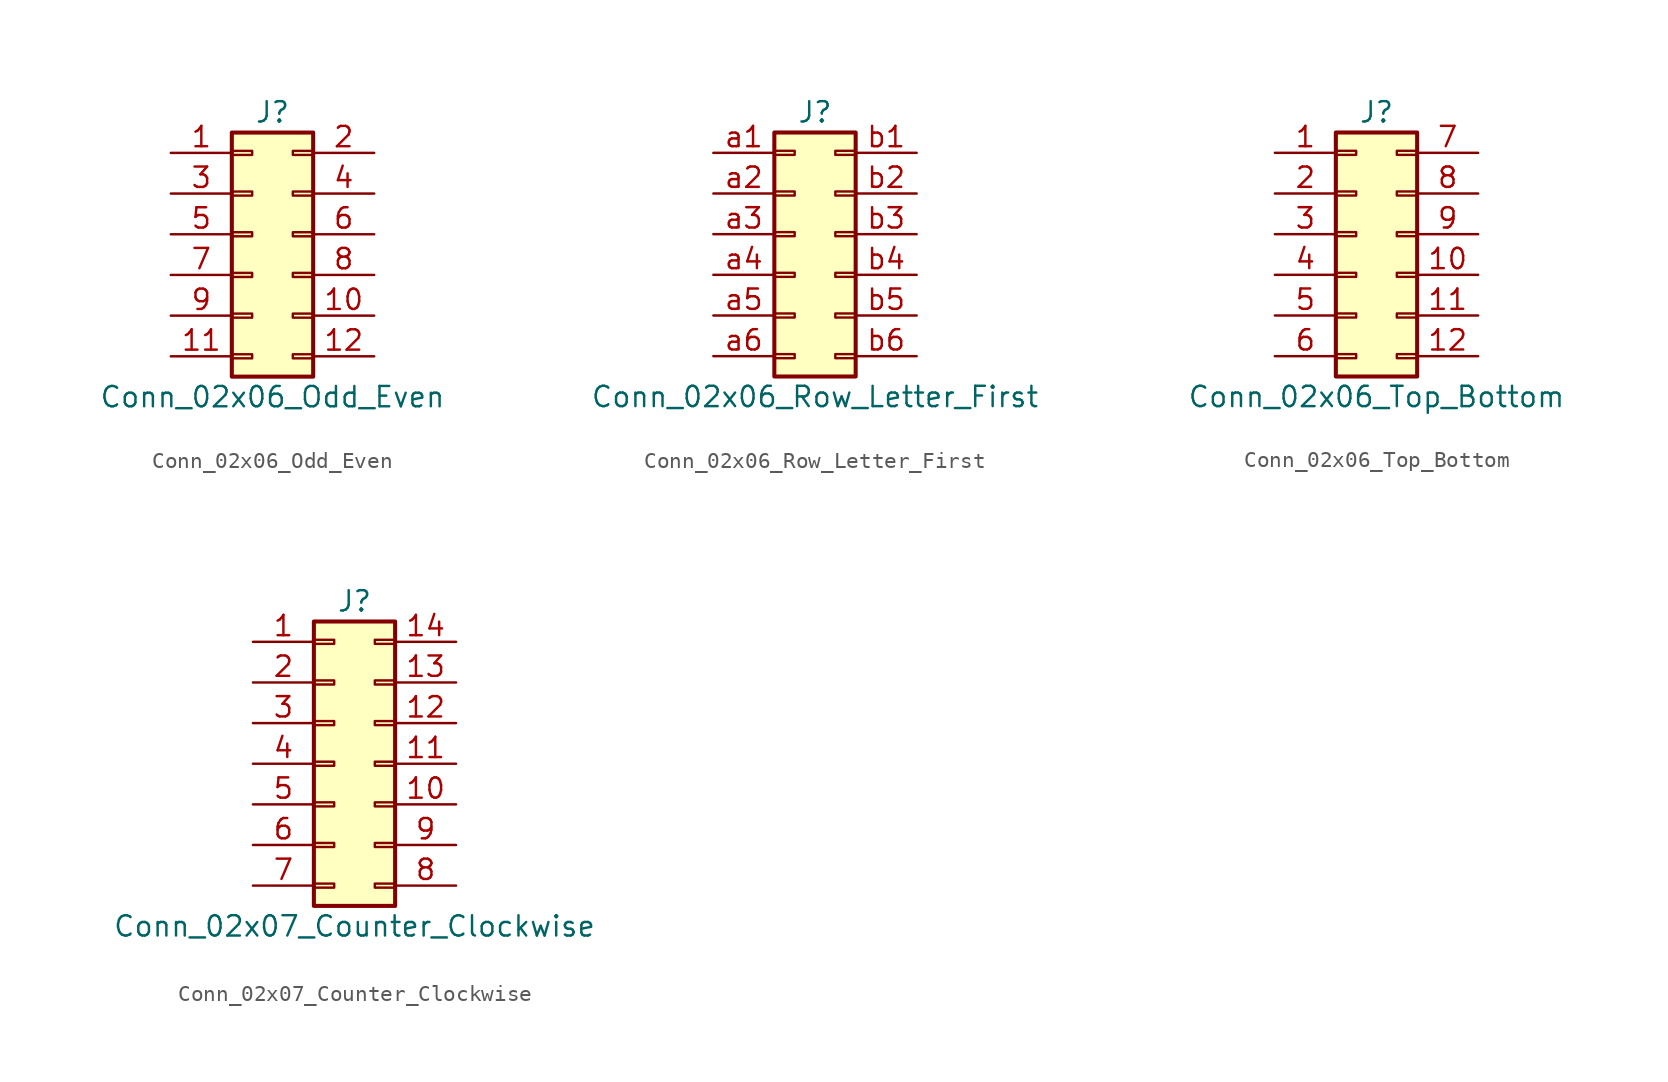
<source format=kicad_sym>
(kicad_symbol_lib
  (version 20201005)
  (generator kicad_symbol_editor)
  (symbol "Conn_02x06_Odd_Even"
    (pin_names
      (offset 1.016) hide)
    (property "Reference" "J"
      (at 1.27 7.62 0)
      (effects (font (size 1.27 1.27))))
    (property "Value" "Conn_02x06_Odd_Even"
      (at 1.27 -10.16 0)
      (effects (font (size 1.27 1.27))))
    (symbol "Conn_02x06_Odd_Even_1_1"
      (rectangle (start -1.27 -7.493) (end 0 -7.747) (stroke (width 0.152)) (fill (type none)))
      (rectangle (start -1.27 -4.953) (end 0 -5.207) (stroke (width 0.152)) (fill (type none)))
      (rectangle (start -1.27 -2.413) (end 0 -2.667) (stroke (width 0.152)) (fill (type none)))
      (rectangle (start -1.27 0.127) (end 0 -0.127) (stroke (width 0.152)) (fill (type none)))
      (rectangle (start -1.27 2.667) (end 0 2.413) (stroke (width 0.152)) (fill (type none)))
      (rectangle (start -1.27 5.207) (end 0 4.953) (stroke (width 0.152)) (fill (type none)))
      (rectangle (start -1.27 6.35) (end 3.81 -8.89) (stroke (width 0.254)) (fill (type background)))
      (rectangle (start 3.81 -7.493) (end 2.54 -7.747) (stroke (width 0.152)) (fill (type none)))
      (rectangle (start 3.81 -4.953) (end 2.54 -5.207) (stroke (width 0.152)) (fill (type none)))
      (rectangle (start 3.81 -2.413) (end 2.54 -2.667) (stroke (width 0.152)) (fill (type none)))
      (rectangle (start 3.81 0.127) (end 2.54 -0.127) (stroke (width 0.152)) (fill (type none)))
      (rectangle (start 3.81 2.667) (end 2.54 2.413) (stroke (width 0.152)) (fill (type none)))
      (rectangle (start 3.81 5.207) (end 2.54 4.953) (stroke (width 0.152)) (fill (type none)))
      (pin passive line (at -5.08 5.08 0) (length 3.81) (name "Pin_1" (effects (font (size 1.27 1.27)))) (number "1" (effects (font (size 1.27 1.27)))))
      (pin passive line (at 7.62 -5.08 180) (length 3.81) (name "Pin_10" (effects (font (size 1.27 1.27)))) (number "10" (effects (font (size 1.27 1.27)))))
      (pin passive line (at -5.08 -7.62 0) (length 3.81) (name "Pin_11" (effects (font (size 1.27 1.27)))) (number "11" (effects (font (size 1.27 1.27)))))
      (pin passive line (at 7.62 -7.62 180) (length 3.81) (name "Pin_12" (effects (font (size 1.27 1.27)))) (number "12" (effects (font (size 1.27 1.27)))))
      (pin passive line (at 7.62 5.08 180) (length 3.81) (name "Pin_2" (effects (font (size 1.27 1.27)))) (number "2" (effects (font (size 1.27 1.27)))))
      (pin passive line (at -5.08 2.54 0) (length 3.81) (name "Pin_3" (effects (font (size 1.27 1.27)))) (number "3" (effects (font (size 1.27 1.27)))))
      (pin passive line (at 7.62 2.54 180) (length 3.81) (name "Pin_4" (effects (font (size 1.27 1.27)))) (number "4" (effects (font (size 1.27 1.27)))))
      (pin passive line (at -5.08 0 0) (length 3.81) (name "Pin_5" (effects (font (size 1.27 1.27)))) (number "5" (effects (font (size 1.27 1.27)))))
      (pin passive line (at 7.62 0 180) (length 3.81) (name "Pin_6" (effects (font (size 1.27 1.27)))) (number "6" (effects (font (size 1.27 1.27)))))
      (pin passive line (at -5.08 -2.54 0) (length 3.81) (name "Pin_7" (effects (font (size 1.27 1.27)))) (number "7" (effects (font (size 1.27 1.27)))))
      (pin passive line (at 7.62 -2.54 180) (length 3.81) (name "Pin_8" (effects (font (size 1.27 1.27)))) (number "8" (effects (font (size 1.27 1.27)))))
      (pin passive line (at -5.08 -5.08 0) (length 3.81) (name "Pin_9" (effects (font (size 1.27 1.27)))) (number "9" (effects (font (size 1.27 1.27)))))))
  (symbol "Conn_02x06_Row_Letter_First"
    (pin_names
      (offset 1.016) hide)
    (property "Reference" "J"
      (at 1.27 7.62 0)
      (effects (font (size 1.27 1.27))))
    (property "Value" "Conn_02x06_Row_Letter_First"
      (at 1.27 -10.16 0)
      (effects (font (size 1.27 1.27))))
    (symbol "Conn_02x06_Row_Letter_First_1_1"
      (rectangle (start -1.27 -7.493) (end 0 -7.747) (stroke (width 0.152)) (fill (type none)))
      (rectangle (start -1.27 -4.953) (end 0 -5.207) (stroke (width 0.152)) (fill (type none)))
      (rectangle (start -1.27 -2.413) (end 0 -2.667) (stroke (width 0.152)) (fill (type none)))
      (rectangle (start -1.27 0.127) (end 0 -0.127) (stroke (width 0.152)) (fill (type none)))
      (rectangle (start -1.27 2.667) (end 0 2.413) (stroke (width 0.152)) (fill (type none)))
      (rectangle (start -1.27 5.207) (end 0 4.953) (stroke (width 0.152)) (fill (type none)))
      (rectangle (start -1.27 6.35) (end 3.81 -8.89) (stroke (width 0.254)) (fill (type background)))
      (rectangle (start 3.81 -7.493) (end 2.54 -7.747) (stroke (width 0.152)) (fill (type none)))
      (rectangle (start 3.81 -4.953) (end 2.54 -5.207) (stroke (width 0.152)) (fill (type none)))
      (rectangle (start 3.81 -2.413) (end 2.54 -2.667) (stroke (width 0.152)) (fill (type none)))
      (rectangle (start 3.81 0.127) (end 2.54 -0.127) (stroke (width 0.152)) (fill (type none)))
      (rectangle (start 3.81 2.667) (end 2.54 2.413) (stroke (width 0.152)) (fill (type none)))
      (rectangle (start 3.81 5.207) (end 2.54 4.953) (stroke (width 0.152)) (fill (type none)))
      (pin passive line (at -5.08 5.08 0) (length 3.81) (name "Pin_a1" (effects (font (size 1.27 1.27)))) (number "a1" (effects (font (size 1.27 1.27)))))
      (pin passive line (at -5.08 2.54 0) (length 3.81) (name "Pin_a2" (effects (font (size 1.27 1.27)))) (number "a2" (effects (font (size 1.27 1.27)))))
      (pin passive line (at -5.08 0 0) (length 3.81) (name "Pin_a3" (effects (font (size 1.27 1.27)))) (number "a3" (effects (font (size 1.27 1.27)))))
      (pin passive line (at -5.08 -2.54 0) (length 3.81) (name "Pin_a4" (effects (font (size 1.27 1.27)))) (number "a4" (effects (font (size 1.27 1.27)))))
      (pin passive line (at -5.08 -5.08 0) (length 3.81) (name "Pin_a5" (effects (font (size 1.27 1.27)))) (number "a5" (effects (font (size 1.27 1.27)))))
      (pin passive line (at -5.08 -7.62 0) (length 3.81) (name "Pin_a6" (effects (font (size 1.27 1.27)))) (number "a6" (effects (font (size 1.27 1.27)))))
      (pin passive line (at 7.62 5.08 180) (length 3.81) (name "Pin_b1" (effects (font (size 1.27 1.27)))) (number "b1" (effects (font (size 1.27 1.27)))))
      (pin passive line (at 7.62 2.54 180) (length 3.81) (name "Pin_b2" (effects (font (size 1.27 1.27)))) (number "b2" (effects (font (size 1.27 1.27)))))
      (pin passive line (at 7.62 0 180) (length 3.81) (name "Pin_b3" (effects (font (size 1.27 1.27)))) (number "b3" (effects (font (size 1.27 1.27)))))
      (pin passive line (at 7.62 -2.54 180) (length 3.81) (name "Pin_b4" (effects (font (size 1.27 1.27)))) (number "b4" (effects (font (size 1.27 1.27)))))
      (pin passive line (at 7.62 -5.08 180) (length 3.81) (name "Pin_b5" (effects (font (size 1.27 1.27)))) (number "b5" (effects (font (size 1.27 1.27)))))
      (pin passive line (at 7.62 -7.62 180) (length 3.81) (name "Pin_b6" (effects (font (size 1.27 1.27)))) (number "b6" (effects (font (size 1.27 1.27)))))))
  (symbol "Conn_02x06_Top_Bottom"
    (pin_names
      (offset 1.016) hide)
    (property "Reference" "J"
      (at 1.27 7.62 0)
      (effects (font (size 1.27 1.27))))
    (property "Value" "Conn_02x06_Top_Bottom"
      (at 1.27 -10.16 0)
      (effects (font (size 1.27 1.27))))
    (symbol "Conn_02x06_Top_Bottom_1_1"
      (rectangle (start -1.27 -7.493) (end 0 -7.747) (stroke (width 0.152)) (fill (type none)))
      (rectangle (start -1.27 -4.953) (end 0 -5.207) (stroke (width 0.152)) (fill (type none)))
      (rectangle (start -1.27 -2.413) (end 0 -2.667) (stroke (width 0.152)) (fill (type none)))
      (rectangle (start -1.27 0.127) (end 0 -0.127) (stroke (width 0.152)) (fill (type none)))
      (rectangle (start -1.27 2.667) (end 0 2.413) (stroke (width 0.152)) (fill (type none)))
      (rectangle (start -1.27 5.207) (end 0 4.953) (stroke (width 0.152)) (fill (type none)))
      (rectangle (start -1.27 6.35) (end 3.81 -8.89) (stroke (width 0.254)) (fill (type background)))
      (rectangle (start 3.81 -7.493) (end 2.54 -7.747) (stroke (width 0.152)) (fill (type none)))
      (rectangle (start 3.81 -4.953) (end 2.54 -5.207) (stroke (width 0.152)) (fill (type none)))
      (rectangle (start 3.81 -2.413) (end 2.54 -2.667) (stroke (width 0.152)) (fill (type none)))
      (rectangle (start 3.81 0.127) (end 2.54 -0.127) (stroke (width 0.152)) (fill (type none)))
      (rectangle (start 3.81 2.667) (end 2.54 2.413) (stroke (width 0.152)) (fill (type none)))
      (rectangle (start 3.81 5.207) (end 2.54 4.953) (stroke (width 0.152)) (fill (type none)))
      (pin passive line (at -5.08 5.08 0) (length 3.81) (name "Pin_1" (effects (font (size 1.27 1.27)))) (number "1" (effects (font (size 1.27 1.27)))))
      (pin passive line (at 7.62 -2.54 180) (length 3.81) (name "Pin_10" (effects (font (size 1.27 1.27)))) (number "10" (effects (font (size 1.27 1.27)))))
      (pin passive line (at 7.62 -5.08 180) (length 3.81) (name "Pin_11" (effects (font (size 1.27 1.27)))) (number "11" (effects (font (size 1.27 1.27)))))
      (pin passive line (at 7.62 -7.62 180) (length 3.81) (name "Pin_12" (effects (font (size 1.27 1.27)))) (number "12" (effects (font (size 1.27 1.27)))))
      (pin passive line (at -5.08 2.54 0) (length 3.81) (name "Pin_2" (effects (font (size 1.27 1.27)))) (number "2" (effects (font (size 1.27 1.27)))))
      (pin passive line (at -5.08 0 0) (length 3.81) (name "Pin_3" (effects (font (size 1.27 1.27)))) (number "3" (effects (font (size 1.27 1.27)))))
      (pin passive line (at -5.08 -2.54 0) (length 3.81) (name "Pin_4" (effects (font (size 1.27 1.27)))) (number "4" (effects (font (size 1.27 1.27)))))
      (pin passive line (at -5.08 -5.08 0) (length 3.81) (name "Pin_5" (effects (font (size 1.27 1.27)))) (number "5" (effects (font (size 1.27 1.27)))))
      (pin passive line (at -5.08 -7.62 0) (length 3.81) (name "Pin_6" (effects (font (size 1.27 1.27)))) (number "6" (effects (font (size 1.27 1.27)))))
      (pin passive line (at 7.62 5.08 180) (length 3.81) (name "Pin_7" (effects (font (size 1.27 1.27)))) (number "7" (effects (font (size 1.27 1.27)))))
      (pin passive line (at 7.62 2.54 180) (length 3.81) (name "Pin_8" (effects (font (size 1.27 1.27)))) (number "8" (effects (font (size 1.27 1.27)))))
      (pin passive line (at 7.62 0 180) (length 3.81) (name "Pin_9" (effects (font (size 1.27 1.27)))) (number "9" (effects (font (size 1.27 1.27)))))))
  (symbol "Conn_02x07_Counter_Clockwise"
    (pin_names
      (offset 1.016) hide)
    (property "Reference" "J"
      (at 1.27 10.16 0)
      (effects (font (size 1.27 1.27))))
    (property "Value" "Conn_02x07_Counter_Clockwise"
      (at 1.27 -10.16 0)
      (effects (font (size 1.27 1.27))))
    (symbol "Conn_02x07_Counter_Clockwise_1_1"
      (rectangle (start -1.27 -7.493) (end 0 -7.747) (stroke (width 0.152)) (fill (type none)))
      (rectangle (start -1.27 -4.953) (end 0 -5.207) (stroke (width 0.152)) (fill (type none)))
      (rectangle (start -1.27 -2.413) (end 0 -2.667) (stroke (width 0.152)) (fill (type none)))
      (rectangle (start -1.27 0.127) (end 0 -0.127) (stroke (width 0.152)) (fill (type none)))
      (rectangle (start -1.27 2.667) (end 0 2.413) (stroke (width 0.152)) (fill (type none)))
      (rectangle (start -1.27 5.207) (end 0 4.953) (stroke (width 0.152)) (fill (type none)))
      (rectangle (start -1.27 7.747) (end 0 7.493) (stroke (width 0.152)) (fill (type none)))
      (rectangle (start -1.27 8.89) (end 3.81 -8.89) (stroke (width 0.254)) (fill (type background)))
      (rectangle (start 3.81 -7.493) (end 2.54 -7.747) (stroke (width 0.152)) (fill (type none)))
      (rectangle (start 3.81 -4.953) (end 2.54 -5.207) (stroke (width 0.152)) (fill (type none)))
      (rectangle (start 3.81 -2.413) (end 2.54 -2.667) (stroke (width 0.152)) (fill (type none)))
      (rectangle (start 3.81 0.127) (end 2.54 -0.127) (stroke (width 0.152)) (fill (type none)))
      (rectangle (start 3.81 2.667) (end 2.54 2.413) (stroke (width 0.152)) (fill (type none)))
      (rectangle (start 3.81 5.207) (end 2.54 4.953) (stroke (width 0.152)) (fill (type none)))
      (rectangle (start 3.81 7.747) (end 2.54 7.493) (stroke (width 0.152)) (fill (type none)))
      (pin passive line (at -5.08 7.62 0) (length 3.81) (name "Pin_1" (effects (font (size 1.27 1.27)))) (number "1" (effects (font (size 1.27 1.27)))))
      (pin passive line (at 7.62 -2.54 180) (length 3.81) (name "Pin_10" (effects (font (size 1.27 1.27)))) (number "10" (effects (font (size 1.27 1.27)))))
      (pin passive line (at 7.62 0 180) (length 3.81) (name "Pin_11" (effects (font (size 1.27 1.27)))) (number "11" (effects (font (size 1.27 1.27)))))
      (pin passive line (at 7.62 2.54 180) (length 3.81) (name "Pin_12" (effects (font (size 1.27 1.27)))) (number "12" (effects (font (size 1.27 1.27)))))
      (pin passive line (at 7.62 5.08 180) (length 3.81) (name "Pin_13" (effects (font (size 1.27 1.27)))) (number "13" (effects (font (size 1.27 1.27)))))
      (pin passive line (at 7.62 7.62 180) (length 3.81) (name "Pin_14" (effects (font (size 1.27 1.27)))) (number "14" (effects (font (size 1.27 1.27)))))
      (pin passive line (at -5.08 5.08 0) (length 3.81) (name "Pin_2" (effects (font (size 1.27 1.27)))) (number "2" (effects (font (size 1.27 1.27)))))
      (pin passive line (at -5.08 2.54 0) (length 3.81) (name "Pin_3" (effects (font (size 1.27 1.27)))) (number "3" (effects (font (size 1.27 1.27)))))
      (pin passive line (at -5.08 0 0) (length 3.81) (name "Pin_4" (effects (font (size 1.27 1.27)))) (number "4" (effects (font (size 1.27 1.27)))))
      (pin passive line (at -5.08 -2.54 0) (length 3.81) (name "Pin_5" (effects (font (size 1.27 1.27)))) (number "5" (effects (font (size 1.27 1.27)))))
      (pin passive line (at -5.08 -5.08 0) (length 3.81) (name "Pin_6" (effects (font (size 1.27 1.27)))) (number "6" (effects (font (size 1.27 1.27)))))
      (pin passive line (at -5.08 -7.62 0) (length 3.81) (name "Pin_7" (effects (font (size 1.27 1.27)))) (number "7" (effects (font (size 1.27 1.27)))))
      (pin passive line (at 7.62 -7.62 180) (length 3.81) (name "Pin_8" (effects (font (size 1.27 1.27)))) (number "8" (effects (font (size 1.27 1.27)))))
      (pin passive line (at 7.62 -5.08 180) (length 3.81) (name "Pin_9" (effects (font (size 1.27 1.27)))) (number "9" (effects (font (size 1.27 1.27))))))))
</source>
